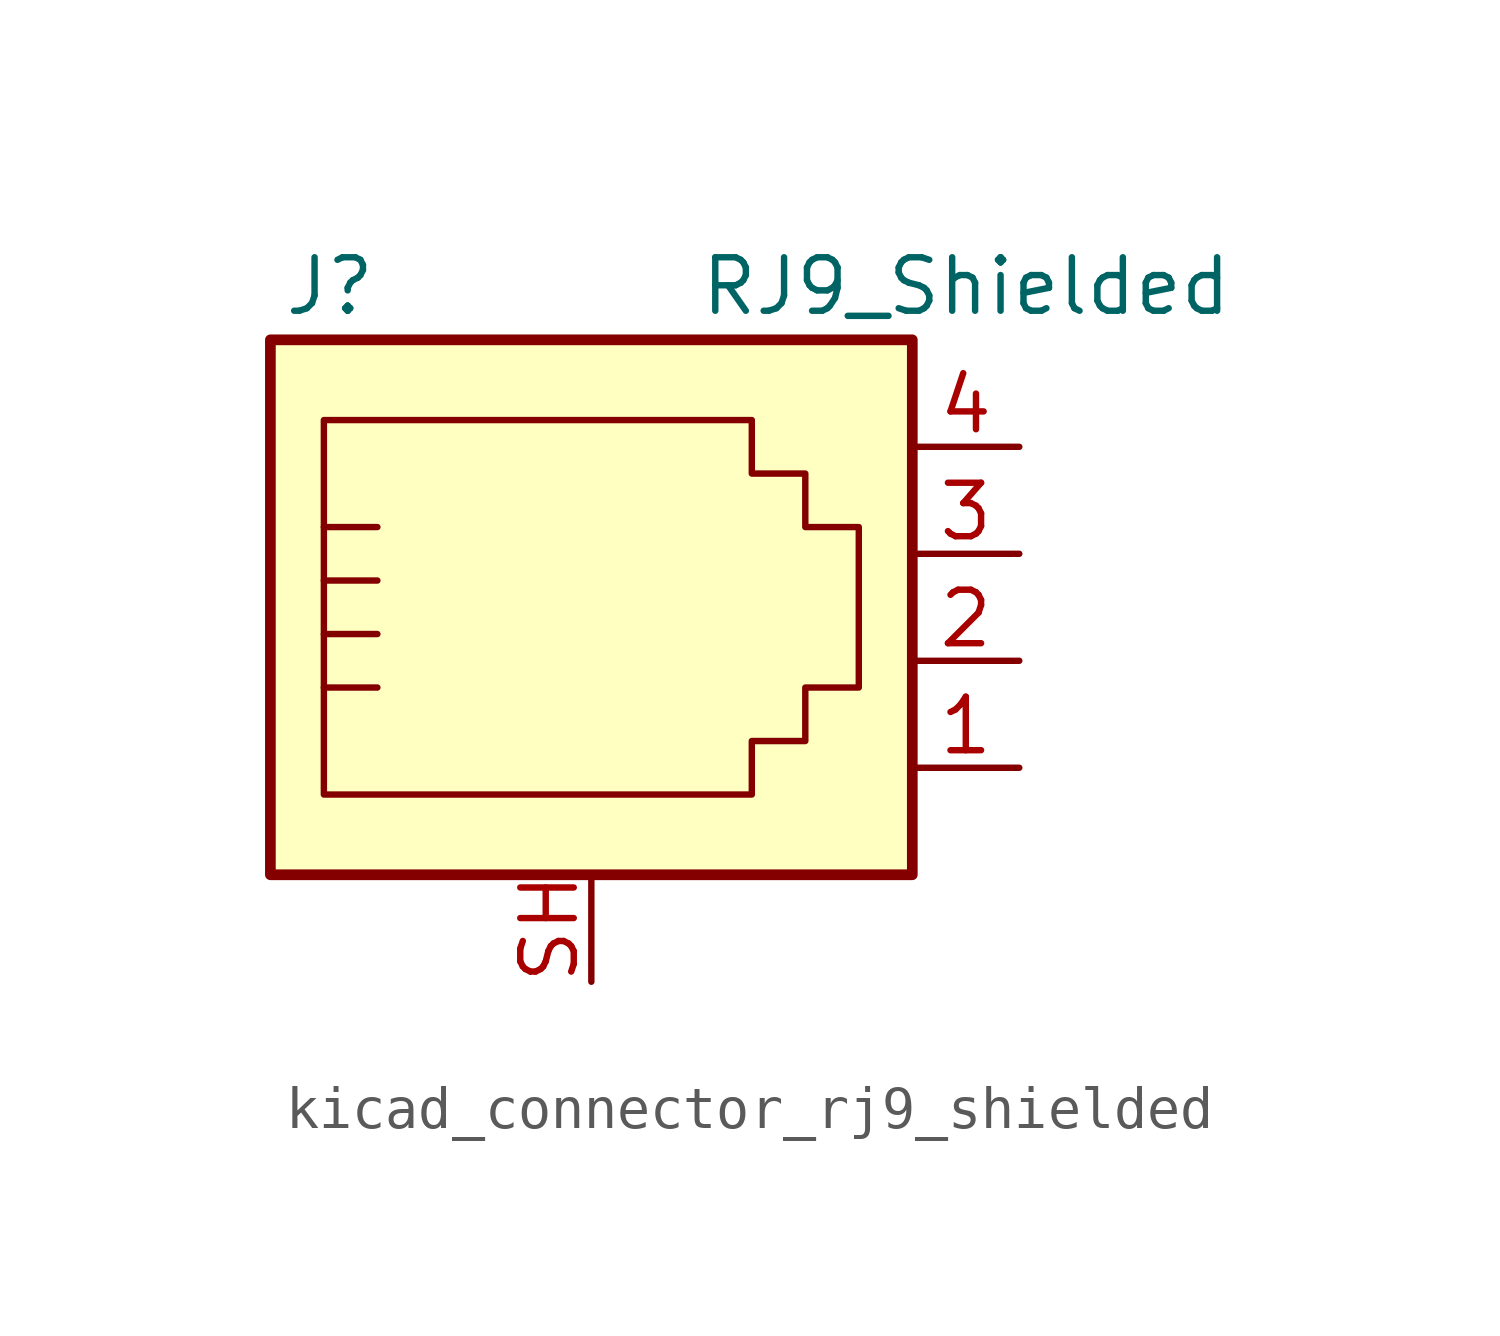
<source format=kicad_sym>
(kicad_symbol_lib
  (version 20220914)
  (generator kicad_symbol_editor)
  (symbol "kicad_connector_rj9_shielded"
    (pin_names
      (offset 1.016))
    (property "Reference" "J"
      (at -5.08 8.89 0)
      (effects (font (size 1.27 1.27)) (justify right)))
    (property "Value" "RJ9_Shielded"
      (at 2.54 8.89 0)
      (effects (font (size 1.27 1.27)) (justify left)))
    (symbol "kicad_connector_rj9_shielded_0_1"
      (polyline (pts (xy -6.35 -0.635) (xy -5.08 -0.635) (xy -5.08 -0.635)) (stroke (width 0) (type default)) (fill (type none)))
      (polyline (pts (xy -6.35 0.635) (xy -5.08 0.635) (xy -5.08 0.635)) (stroke (width 0) (type default)) (fill (type none)))
      (polyline (pts (xy -6.35 1.905) (xy -5.08 1.905) (xy -5.08 1.905)) (stroke (width 0) (type default)) (fill (type none)))
      (polyline (pts (xy -6.35 3.175) (xy -5.08 3.175) (xy -5.08 3.175)) (stroke (width 0) (type default)) (fill (type none)))
      (polyline (pts (xy -6.35 -3.175) (xy -6.35 5.715) (xy -1.27 5.715) (xy 3.81 5.715) (xy 3.81 4.445) (xy 5.08 4.445) (xy 5.08 3.175) (xy 6.35 3.175) (xy 6.35 -0.635) (xy 5.08 -0.635) (xy 5.08 -1.905) (xy 3.81 -1.905) (xy 3.81 -3.175) (xy -6.35 -3.175) (xy -6.35 -3.175)) (stroke (width 0) (type default)) (fill (type none)))
      (rectangle (start 7.62 7.62) (end -7.62 -5.08) (stroke (width 0.254) (type default)) (fill (type background))))
    (symbol "kicad_connector_rj9_shielded_1_1"
      (pin passive line (at 10.16 -2.54 180) (length 2.54) (name "~" (effects (font (size 1.27 1.27)))) (number "1" (effects (font (size 1.27 1.27)))))
      (pin passive line (at 10.16 0 180) (length 2.54) (name "~" (effects (font (size 1.27 1.27)))) (number "2" (effects (font (size 1.27 1.27)))))
      (pin passive line (at 10.16 2.54 180) (length 2.54) (name "~" (effects (font (size 1.27 1.27)))) (number "3" (effects (font (size 1.27 1.27)))))
      (pin passive line (at 10.16 5.08 180) (length 2.54) (name "~" (effects (font (size 1.27 1.27)))) (number "4" (effects (font (size 1.27 1.27)))))
      (pin passive line (at 0 -7.62 90) (length 2.54) (name "~" (effects (font (size 1.27 1.27)))) (number "SH" (effects (font (size 1.27 1.27))))))))
</source>
